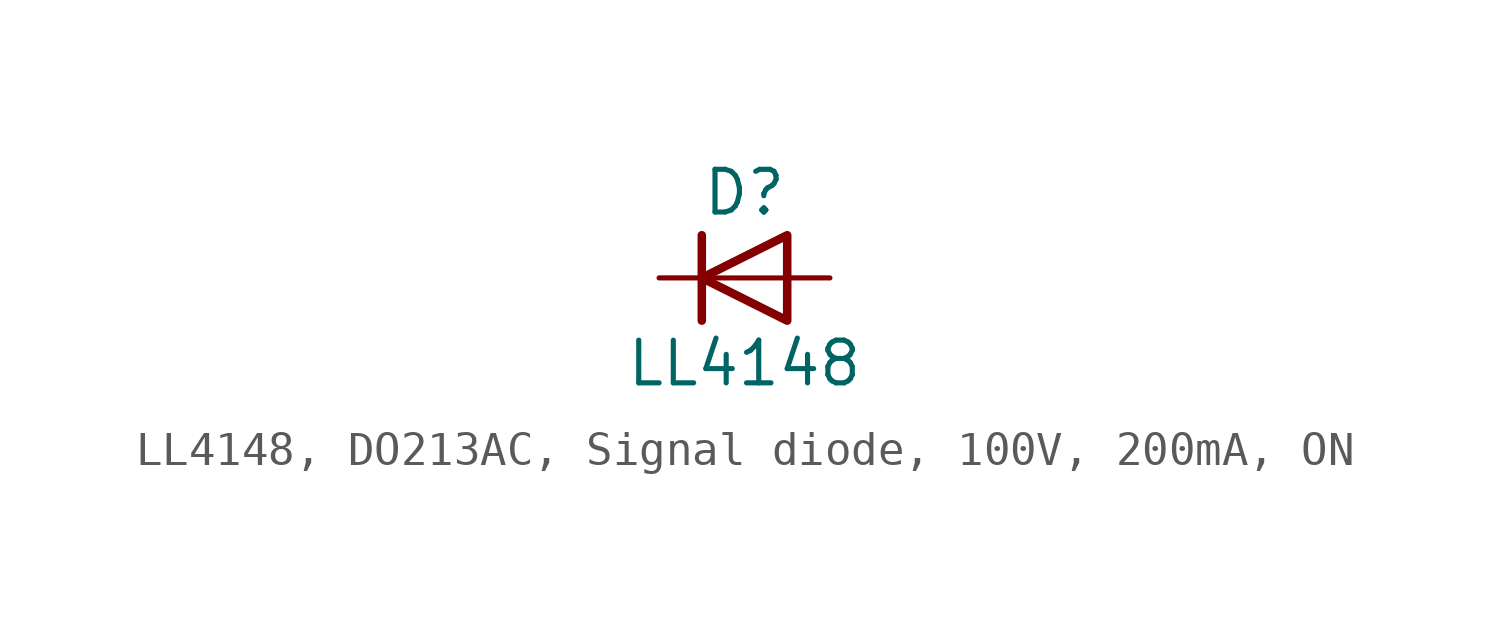
<source format=kicad_sym>
(kicad_symbol_lib
  (version 20241209)
  (generator "kicad_symbol_editor")
  (generator_version "9.0")
  (symbol "LL4148, DO213AC, Signal diode, 100V, 200mA, ON"
    (pin_numbers
      (hide yes))
    (pin_names
      (offset 1.016)
      (hide yes))
    (property "Reference" "D"
      (at 0 2.54 0)
      (effects (font (size 1.27 1.27))))
    (property "Value" "LL4148"
      (at 0 -2.54 0)
      (effects (font (size 1.27 1.27))))
    (symbol "LL4148, DO213AC, Signal diode, 100V, 200mA, ON_0_0"
      (polyline (pts (xy -1.27 0) (xy 1.27 0)) (stroke (width 0.152) (type default)) (fill (type none))))
    (symbol "LL4148, DO213AC, Signal diode, 100V, 200mA, ON_0_1"
      (polyline (pts (xy -1.27 1.27) (xy -1.27 -1.27)) (stroke (width 0.254) (type default)) (fill (type none)))
      (polyline (pts (xy 1.27 1.27) (xy 1.27 -1.27) (xy -1.27 0) (xy 1.27 1.27)) (stroke (width 0.254) (type default)) (fill (type none))))
    (symbol "LL4148, DO213AC, Signal diode, 100V, 200mA, ON_1_1"
      (pin passive line (at -2.54 0 0) (length 1.27) (name "C" (effects (font (size 1.27 1.27)))) (number "1" (effects (font (size 1.27 1.27)))))
      (pin passive line (at 2.54 0 180) (length 1.27) (name "A" (effects (font (size 1.27 1.27)))) (number "2" (effects (font (size 1.27 1.27))))))))
</source>
